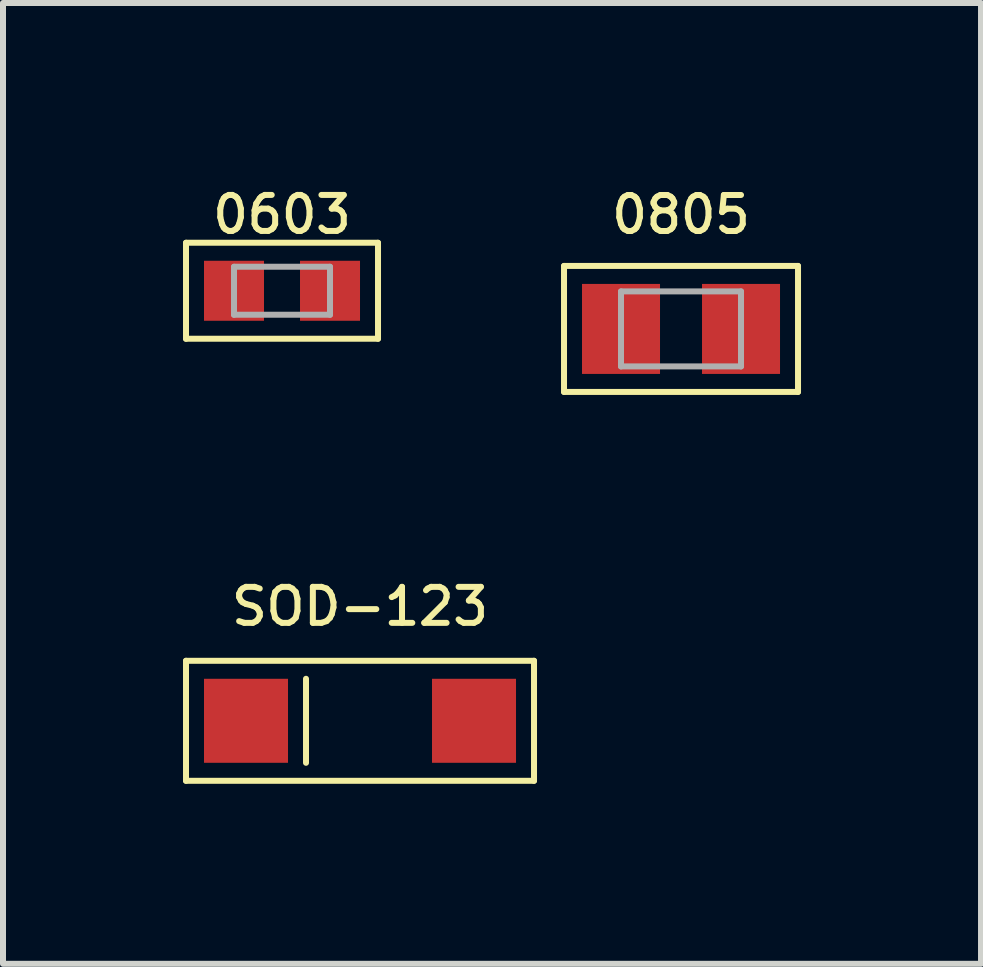
<source format=kicad_pcb>
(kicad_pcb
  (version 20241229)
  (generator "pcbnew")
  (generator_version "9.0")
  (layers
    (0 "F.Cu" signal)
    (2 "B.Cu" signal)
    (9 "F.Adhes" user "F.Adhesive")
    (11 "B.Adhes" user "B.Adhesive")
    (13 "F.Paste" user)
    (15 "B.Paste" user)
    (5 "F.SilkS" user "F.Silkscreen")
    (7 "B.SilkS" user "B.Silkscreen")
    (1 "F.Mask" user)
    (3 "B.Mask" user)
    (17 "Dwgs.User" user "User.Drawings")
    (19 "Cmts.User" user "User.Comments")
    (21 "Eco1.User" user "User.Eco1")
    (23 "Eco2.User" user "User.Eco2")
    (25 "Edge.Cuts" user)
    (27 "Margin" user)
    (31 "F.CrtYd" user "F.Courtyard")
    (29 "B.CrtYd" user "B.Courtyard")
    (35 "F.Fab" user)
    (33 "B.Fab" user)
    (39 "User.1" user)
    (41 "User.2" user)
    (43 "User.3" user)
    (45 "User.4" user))
  (footprint "SOD-123"
    (layer "F.Cu")
    (at 2.95 8.963)
    (property "Reference" "SOD-123" (at 0 -1.905 0) (layer "F.SilkS") (effects (font (size 0.6 0.6) (thickness 0.1))))
    (attr through_hole)
    (fp_line (start -2.9 -1) (end 2.9 -1) (stroke (width 0.1) (type solid)) (layer "F.SilkS"))
    (fp_line (start -2.9 1) (end -2.9 -1) (stroke (width 0.1) (type solid)) (layer "F.SilkS"))
    (fp_line (start -0.9 -0.7) (end -0.9 0.7) (stroke (width 0.1) (type solid)) (layer "F.SilkS"))
    (fp_line (start 2.9 -1) (end 2.9 1) (stroke (width 0.1) (type solid)) (layer "F.SilkS"))
    (fp_line (start 2.9 1) (end -2.9 1) (stroke (width 0.1) (type solid)) (layer "F.SilkS"))
    (pad "1" smd rect (at -1.9 0) (size 1.4 1.4) (layers "F.Cu" "F.Mask" "F.Paste"))
    (pad "2" smd rect (at 1.9 0) (size 1.4 1.4) (layers "F.Cu" "F.Mask" "F.Paste")))
  (footprint "0805"
    (layer "F.Cu")
    (at 8.3 2.432)
    (property "Reference" "0805" (at 0 -1.905 0) (layer "F.SilkS") (effects (font (size 0.6 0.6) (thickness 0.1))))
    (attr through_hole)
    (fp_line (start -1.95 -1.05) (end 1.95 -1.05) (stroke (width 0.1) (type solid)) (layer "F.SilkS"))
    (fp_line (start -1.95 1.05) (end -1.95 -1.05) (stroke (width 0.1) (type solid)) (layer "F.SilkS"))
    (fp_line (start 1.95 -1.05) (end 1.95 1.05) (stroke (width 0.1) (type solid)) (layer "F.SilkS"))
    (fp_line (start 1.95 1.05) (end -1.95 1.05) (stroke (width 0.1) (type solid)) (layer "F.SilkS"))
    (fp_line (start -1 -0.625) (end 1 -0.625) (stroke (width 0.1) (type solid)) (layer "F.Fab"))
    (fp_line (start -1 0.625) (end -1 -0.625) (stroke (width 0.1) (type solid)) (layer "F.Fab"))
    (fp_line (start 1 -0.625) (end 1 0.625) (stroke (width 0.1) (type solid)) (layer "F.Fab"))
    (fp_line (start 1 0.625) (end -1 0.625) (stroke (width 0.1) (type solid)) (layer "F.Fab"))
    (pad "1" smd rect (at -1 0) (size 1.3 1.5) (layers "F.Cu" "F.Mask" "F.Paste"))
    (pad "2" smd rect (at 1 0) (size 1.3 1.5) (layers "F.Cu" "F.Mask" "F.Paste")))
  (footprint "0603"
    (layer "F.Cu")
    (at 1.65 1.796)
    (property "Reference" "0603" (at 0 -1.27 0) (layer "F.SilkS") (effects (font (size 0.6 0.6) (thickness 0.1))))
    (attr through_hole)
    (fp_line (start -1.6 -0.8) (end 1.6 -0.8) (stroke (width 0.1) (type solid)) (layer "F.SilkS"))
    (fp_line (start -1.6 0.8) (end -1.6 -0.8) (stroke (width 0.1) (type solid)) (layer "F.SilkS"))
    (fp_line (start 1.6 -0.8) (end 1.6 0.8) (stroke (width 0.1) (type solid)) (layer "F.SilkS"))
    (fp_line (start 1.6 0.8) (end -1.6 0.8) (stroke (width 0.1) (type solid)) (layer "F.SilkS"))
    (fp_line (start -0.8 -0.4) (end 0.8 -0.4) (stroke (width 0.1) (type solid)) (layer "F.Fab"))
    (fp_line (start -0.8 0.4) (end -0.8 -0.4) (stroke (width 0.1) (type solid)) (layer "F.Fab"))
    (fp_line (start 0.8 -0.4) (end 0.8 0.4) (stroke (width 0.1) (type solid)) (layer "F.Fab"))
    (fp_line (start 0.8 0.4) (end -0.8 0.4) (stroke (width 0.1) (type solid)) (layer "F.Fab"))
    (pad "1" smd rect (at -0.8 0) (size 1 1) (layers "F.Cu" "F.Mask" "F.Paste"))
    (pad "2" smd rect (at 0.8 0) (size 1 1) (layers "F.Cu" "F.Mask" "F.Paste")))
  (gr_rect
    (start -3 -3)
    (end 13.3 13.013)
    (stroke (width 0.1) (type default))
    (fill no)
    (layer "Edge.Cuts")))
</source>
